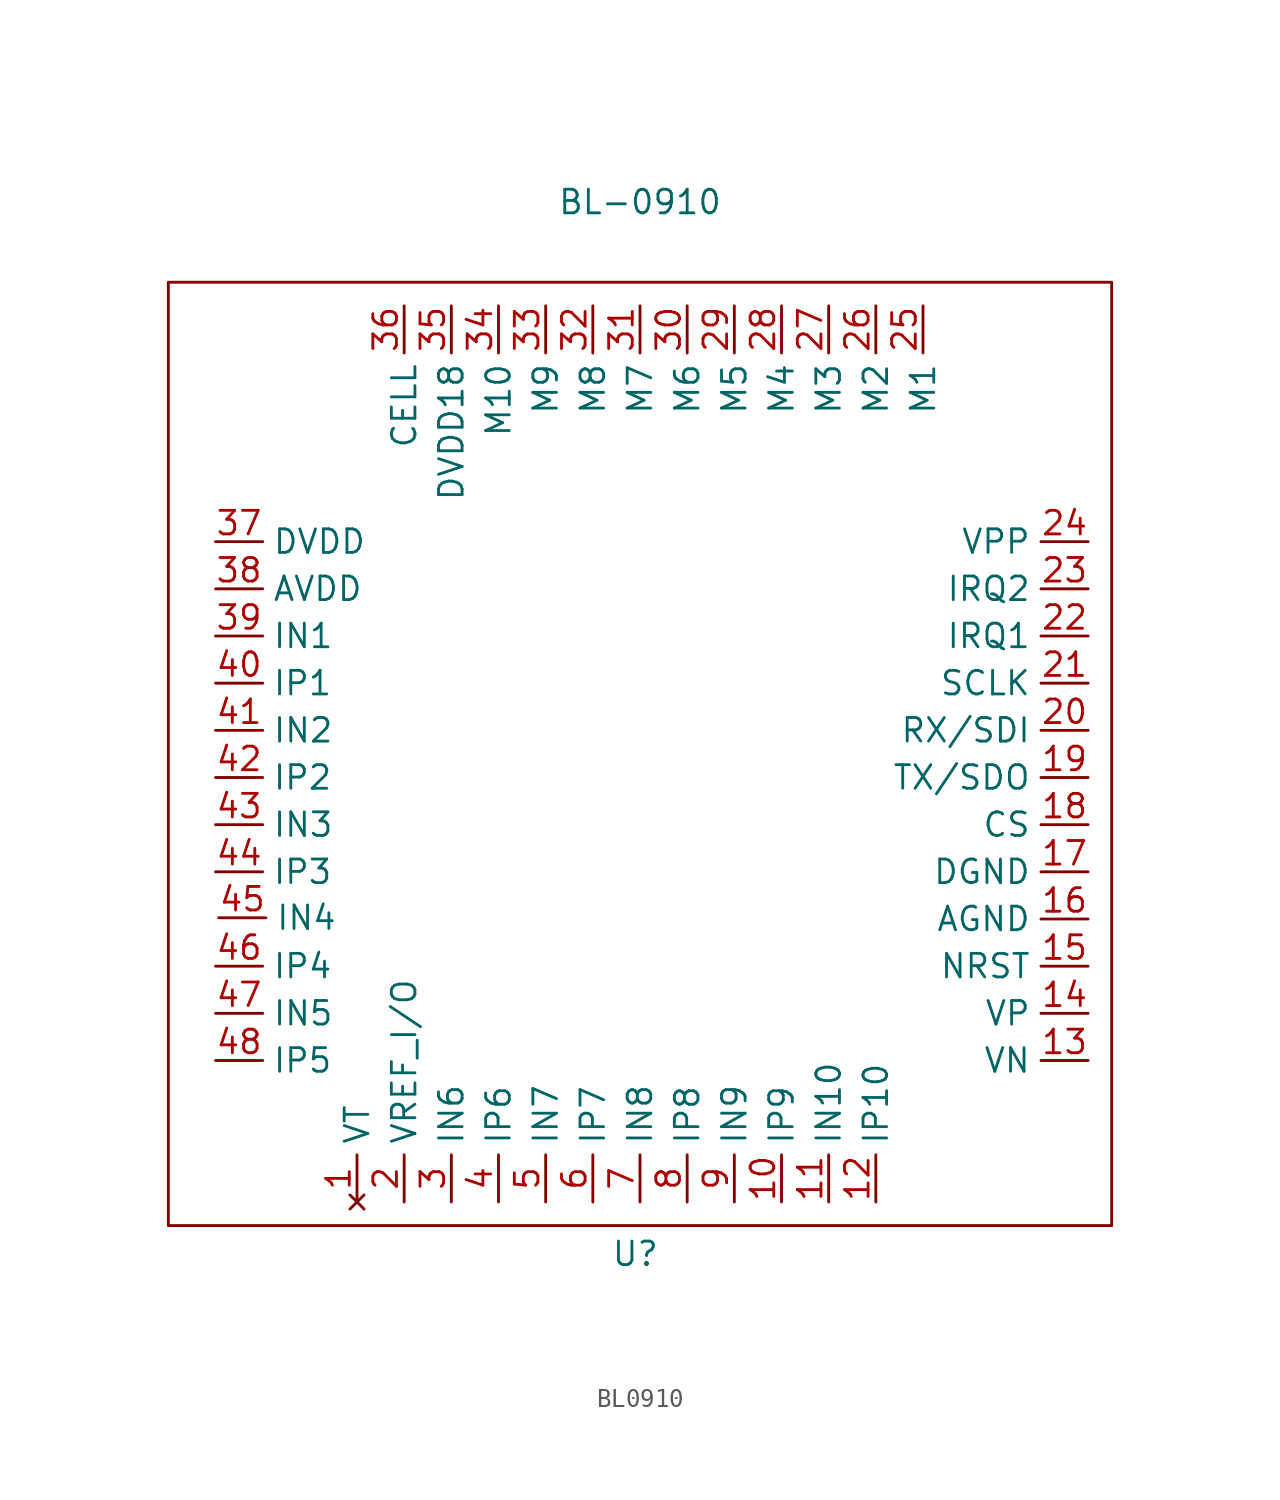
<source format=kicad_sym>
(kicad_symbol_lib
  (version 20231120)
  (generator "kicad_symbol_editor")
  (generator_version "8.0")
  (symbol "BL0910"
    (property "Reference" "U"
      (at -0.254 -26.924 0)
      (effects (font (size 1.27 1.27))))
    (property "Value" "BL-0910"
      (at 0 29.718 0)
      (effects (font (size 1.27 1.27))))
    (symbol "BL0910_0_1"
      (rectangle (start -25.4 25.4) (end 25.4 -25.4) (stroke (width 0) (type default)) (fill (type none))))
    (symbol "BL0910_1_1"
      (pin no_connect line (at -15.24 -24.13 90) (length 2.54) (name "VT" (effects (font (size 1.27 1.27)))) (number "1" (effects (font (size 1.27 1.27)))))
      (pin input line (at 7.62 -24.13 90) (length 2.54) (name "IP9" (effects (font (size 1.27 1.27)))) (number "10" (effects (font (size 1.27 1.27)))))
      (pin input line (at 10.16 -24.13 90) (length 2.54) (name "IN10" (effects (font (size 1.27 1.27)))) (number "11" (effects (font (size 1.27 1.27)))))
      (pin input line (at 12.7 -24.13 90) (length 2.54) (name "IP10" (effects (font (size 1.27 1.27)))) (number "12" (effects (font (size 1.27 1.27)))))
      (pin input line (at 24.13 -16.51 180) (length 2.54) (name "VN" (effects (font (size 1.27 1.27)))) (number "13" (effects (font (size 1.27 1.27)))))
      (pin input line (at 24.13 -13.97 180) (length 2.54) (name "VP" (effects (font (size 1.27 1.27)))) (number "14" (effects (font (size 1.27 1.27)))))
      (pin input line (at 24.13 -11.43 180) (length 2.54) (name "NRST" (effects (font (size 1.27 1.27)))) (number "15" (effects (font (size 1.27 1.27)))))
      (pin power_in line (at 24.13 -8.89 180) (length 2.54) (name "AGND" (effects (font (size 1.27 1.27)))) (number "16" (effects (font (size 1.27 1.27)))))
      (pin power_in line (at 24.13 -6.35 180) (length 2.54) (name "DGND" (effects (font (size 1.27 1.27)))) (number "17" (effects (font (size 1.27 1.27)))))
      (pin input line (at 24.13 -3.81 180) (length 2.54) (name "CS" (effects (font (size 1.27 1.27)))) (number "18" (effects (font (size 1.27 1.27)))))
      (pin output line (at 24.13 -1.27 180) (length 2.54) (name "TX/SDO" (effects (font (size 1.27 1.27)))) (number "19" (effects (font (size 1.27 1.27)))))
      (pin power_in line (at -12.7 -24.13 90) (length 2.54) (name "VREF_I/O" (effects (font (size 1.27 1.27)))) (number "2" (effects (font (size 1.27 1.27)))))
      (pin input line (at 24.13 1.27 180) (length 2.54) (name "RX/SDI" (effects (font (size 1.27 1.27)))) (number "20" (effects (font (size 1.27 1.27)))))
      (pin input line (at 24.13 3.81 180) (length 2.54) (name "SCLK" (effects (font (size 1.27 1.27)))) (number "21" (effects (font (size 1.27 1.27)))))
      (pin output line (at 24.13 6.35 180) (length 2.54) (name "IRQ1" (effects (font (size 1.27 1.27)))) (number "22" (effects (font (size 1.27 1.27)))))
      (pin output line (at 24.13 8.89 180) (length 2.54) (name "IRQ2" (effects (font (size 1.27 1.27)))) (number "23" (effects (font (size 1.27 1.27)))))
      (pin power_in line (at 24.13 11.43 180) (length 2.54) (name "VPP" (effects (font (size 1.27 1.27)))) (number "24" (effects (font (size 1.27 1.27)))))
      (pin output line (at 15.24 24.13 270) (length 2.54) (name "M1" (effects (font (size 1.27 1.27)))) (number "25" (effects (font (size 1.27 1.27)))))
      (pin output line (at 12.7 24.13 270) (length 2.54) (name "M2" (effects (font (size 1.27 1.27)))) (number "26" (effects (font (size 1.27 1.27)))))
      (pin output line (at 10.16 24.13 270) (length 2.54) (name "M3" (effects (font (size 1.27 1.27)))) (number "27" (effects (font (size 1.27 1.27)))))
      (pin output line (at 7.62 24.13 270) (length 2.54) (name "M4" (effects (font (size 1.27 1.27)))) (number "28" (effects (font (size 1.27 1.27)))))
      (pin output line (at 5.08 24.13 270) (length 2.54) (name "M5" (effects (font (size 1.27 1.27)))) (number "29" (effects (font (size 1.27 1.27)))))
      (pin input line (at -10.16 -24.13 90) (length 2.54) (name "IN6" (effects (font (size 1.27 1.27)))) (number "3" (effects (font (size 1.27 1.27)))))
      (pin output line (at 2.54 24.13 270) (length 2.54) (name "M6" (effects (font (size 1.27 1.27)))) (number "30" (effects (font (size 1.27 1.27)))))
      (pin output line (at 0 24.13 270) (length 2.54) (name "M7" (effects (font (size 1.27 1.27)))) (number "31" (effects (font (size 1.27 1.27)))))
      (pin output line (at -2.54 24.13 270) (length 2.54) (name "M8" (effects (font (size 1.27 1.27)))) (number "32" (effects (font (size 1.27 1.27)))))
      (pin output line (at -5.08 24.13 270) (length 2.54) (name "M9" (effects (font (size 1.27 1.27)))) (number "33" (effects (font (size 1.27 1.27)))))
      (pin output line (at -7.62 24.13 270) (length 2.54) (name "M10" (effects (font (size 1.27 1.27)))) (number "34" (effects (font (size 1.27 1.27)))))
      (pin power_in line (at -10.16 24.13 270) (length 2.54) (name "DVDD18" (effects (font (size 1.27 1.27)))) (number "35" (effects (font (size 1.27 1.27)))))
      (pin power_in line (at -12.7 24.13 270) (length 2.54) (name "CELL" (effects (font (size 1.27 1.27)))) (number "36" (effects (font (size 1.27 1.27)))))
      (pin power_in line (at -22.86 11.43 0) (length 2.54) (name "DVDD" (effects (font (size 1.27 1.27)))) (number "37" (effects (font (size 1.27 1.27)))))
      (pin power_in line (at -22.86 8.89 0) (length 2.54) (name "AVDD" (effects (font (size 1.27 1.27)))) (number "38" (effects (font (size 1.27 1.27)))))
      (pin input line (at -22.86 6.35 0) (length 2.54) (name "IN1" (effects (font (size 1.27 1.27)))) (number "39" (effects (font (size 1.27 1.27)))))
      (pin input line (at -7.62 -24.13 90) (length 2.54) (name "IP6" (effects (font (size 1.27 1.27)))) (number "4" (effects (font (size 1.27 1.27)))))
      (pin input line (at -22.86 3.81 0) (length 2.54) (name "IP1" (effects (font (size 1.27 1.27)))) (number "40" (effects (font (size 1.27 1.27)))))
      (pin input line (at -22.86 1.27 0) (length 2.54) (name "IN2" (effects (font (size 1.27 1.27)))) (number "41" (effects (font (size 1.27 1.27)))))
      (pin input line (at -22.86 -1.27 0) (length 2.54) (name "IP2" (effects (font (size 1.27 1.27)))) (number "42" (effects (font (size 1.27 1.27)))))
      (pin input line (at -22.86 -3.81 0) (length 2.54) (name "IN3" (effects (font (size 1.27 1.27)))) (number "43" (effects (font (size 1.27 1.27)))))
      (pin input line (at -22.86 -6.35 0) (length 2.54) (name "IP3" (effects (font (size 1.27 1.27)))) (number "44" (effects (font (size 1.27 1.27)))))
      (pin input line (at -22.686 -8.824 0) (length 2.54) (name "IN4" (effects (font (size 1.27 1.27)))) (number "45" (effects (font (size 1.27 1.27)))))
      (pin input line (at -22.86 -11.43 0) (length 2.54) (name "IP4" (effects (font (size 1.27 1.27)))) (number "46" (effects (font (size 1.27 1.27)))))
      (pin input line (at -22.86 -13.97 0) (length 2.54) (name "IN5" (effects (font (size 1.27 1.27)))) (number "47" (effects (font (size 1.27 1.27)))))
      (pin input line (at -22.86 -16.51 0) (length 2.54) (name "IP5" (effects (font (size 1.27 1.27)))) (number "48" (effects (font (size 1.27 1.27)))))
      (pin input line (at -5.08 -24.13 90) (length 2.54) (name "IN7" (effects (font (size 1.27 1.27)))) (number "5" (effects (font (size 1.27 1.27)))))
      (pin input line (at -2.54 -24.13 90) (length 2.54) (name "IP7" (effects (font (size 1.27 1.27)))) (number "6" (effects (font (size 1.27 1.27)))))
      (pin input line (at 0 -24.13 90) (length 2.54) (name "IN8" (effects (font (size 1.27 1.27)))) (number "7" (effects (font (size 1.27 1.27)))))
      (pin input line (at 2.54 -24.13 90) (length 2.54) (name "IP8" (effects (font (size 1.27 1.27)))) (number "8" (effects (font (size 1.27 1.27)))))
      (pin input line (at 5.08 -24.13 90) (length 2.54) (name "IN9" (effects (font (size 1.27 1.27)))) (number "9" (effects (font (size 1.27 1.27))))))))
</source>
